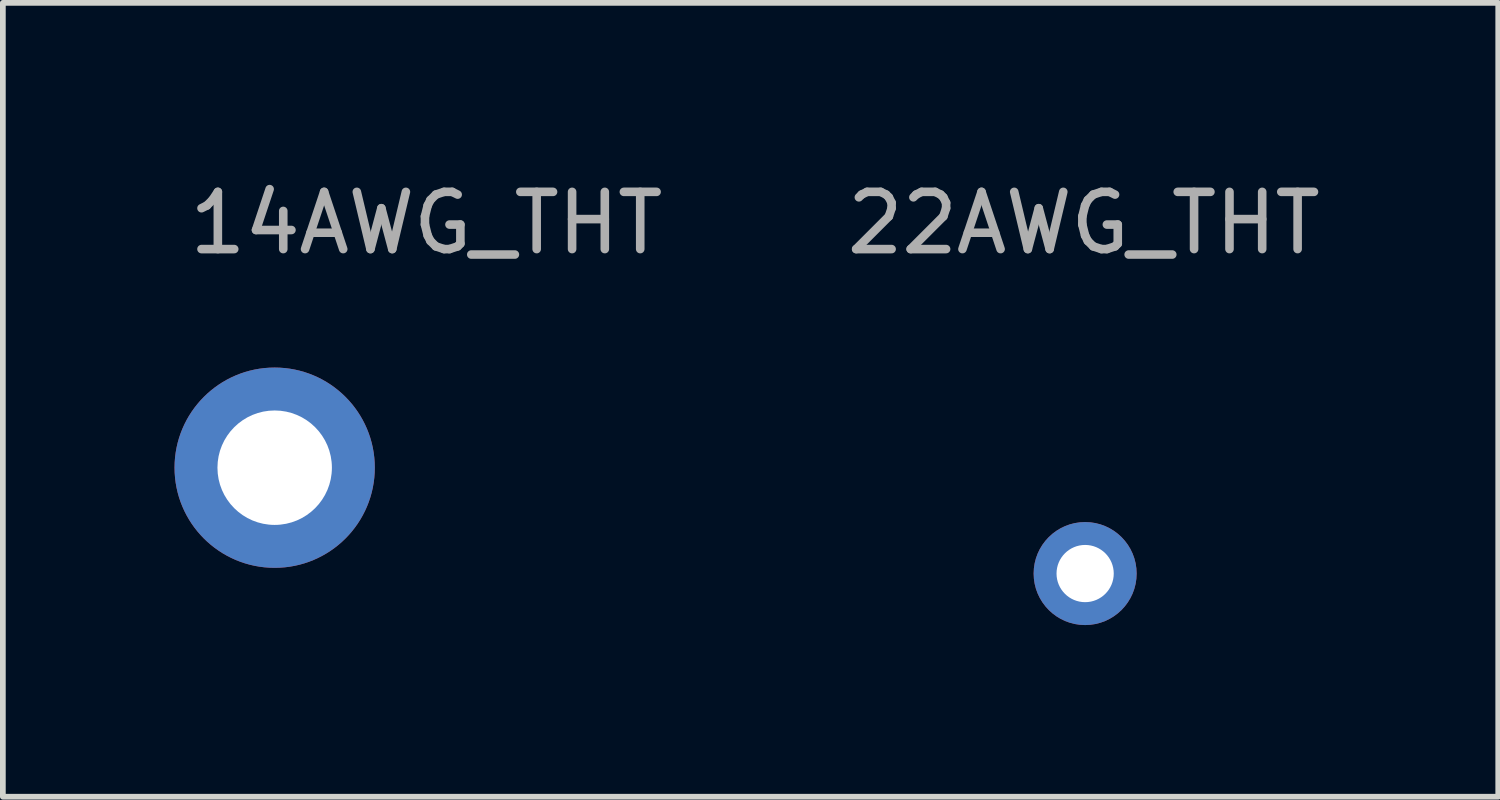
<source format=kicad_pcb>
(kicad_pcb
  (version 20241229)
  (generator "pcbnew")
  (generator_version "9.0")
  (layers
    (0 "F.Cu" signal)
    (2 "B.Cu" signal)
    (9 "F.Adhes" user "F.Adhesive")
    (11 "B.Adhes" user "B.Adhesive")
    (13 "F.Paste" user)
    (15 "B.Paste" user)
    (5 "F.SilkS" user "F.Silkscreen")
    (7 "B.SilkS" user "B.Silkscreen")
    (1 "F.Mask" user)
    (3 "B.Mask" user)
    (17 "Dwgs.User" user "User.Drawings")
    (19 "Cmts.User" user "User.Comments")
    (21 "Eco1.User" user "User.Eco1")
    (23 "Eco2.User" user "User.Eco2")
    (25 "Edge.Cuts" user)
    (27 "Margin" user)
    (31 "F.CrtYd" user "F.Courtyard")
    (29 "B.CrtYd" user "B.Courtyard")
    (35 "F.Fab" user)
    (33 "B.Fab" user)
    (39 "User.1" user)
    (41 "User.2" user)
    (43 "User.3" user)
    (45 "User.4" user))
  (footprint "14AWG_THT"
    (layer "F.Cu")
    (at 1.75 5.123)
    (property "Reference" "14AWG_THT" (at 2.65 -4.275 0) (layer "F.Fab") (effects (font (size 1 1) (thickness 0.15))))
    (attr through_hole)
    (pad "1" thru_hole circle (at 0 0) (size 3.5 3.5) (drill 2) (layers "*.Cu" "*.Mask")))
  (footprint "22AWG_THT"
    (layer "F.Cu")
    (at 15.913 6.973)
    (property "Reference" "22AWG_THT" (at -0.025 -6.125 0) (layer "F.Fab") (effects (font (size 1 1) (thickness 0.15))))
    (attr through_hole)
    (pad "1" thru_hole circle (at 0 0) (size 1.8 1.8) (drill 1) (layers "*.Cu" "*.Mask")))
  (gr_rect
    (start -3 -3)
    (end 23.132 10.873)
    (stroke (width 0.1) (type default))
    (fill no)
    (layer "Edge.Cuts")))
</source>
